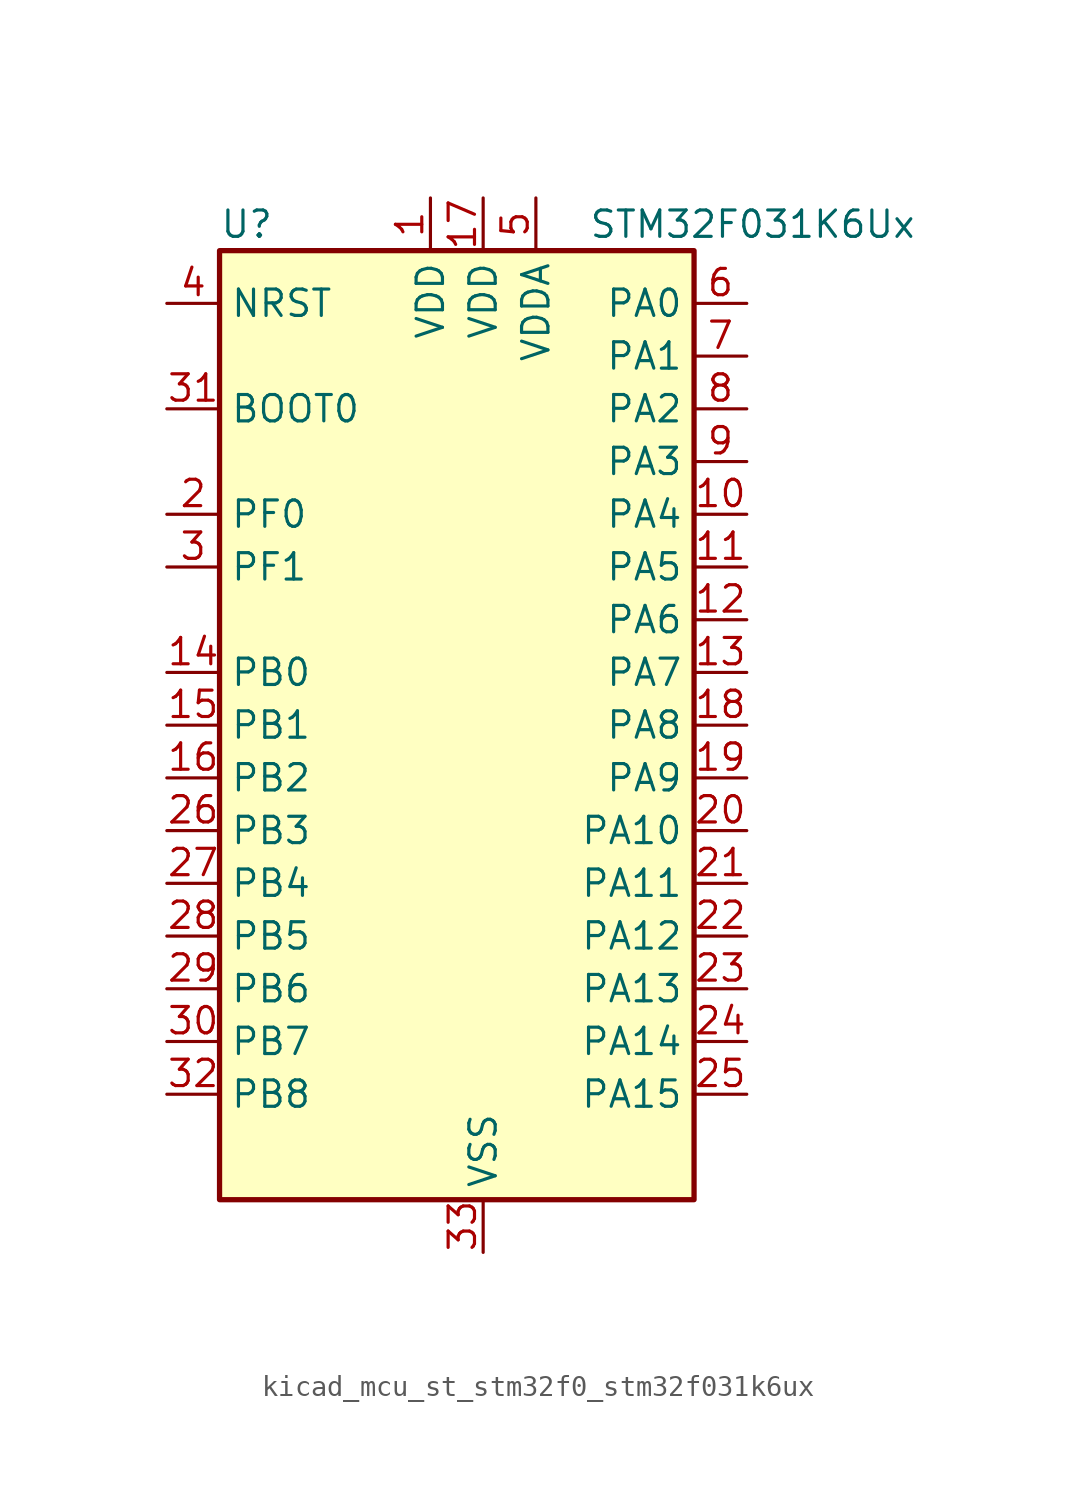
<source format=kicad_sym>
(kicad_symbol_lib
  (version 20220914)
  (generator kicad_symbol_editor)
  (symbol "kicad_mcu_st_stm32f0_stm32f031k6ux"
    (property "Reference" "U"
      (at -10.16 24.13 0)
      (effects (font (size 1.27 1.27)) (justify left)))
    (property "Value" "STM32F031K6Ux"
      (at 7.62 24.13 0)
      (effects (font (size 1.27 1.27)) (justify left)))
    (property "ki_locked" ""
      (at 0 0 0)
      (effects (font (size 1.27 1.27))))
    (symbol "kicad_mcu_st_stm32f0_stm32f031k6ux_0_1"
      (rectangle (start -10.16 -22.86) (end 12.7 22.86) (stroke (width 0.254) (type default)) (fill (type background))))
    (symbol "kicad_mcu_st_stm32f0_stm32f031k6ux_1_1"
      (pin power_in line (at 0 25.4 270) (length 2.54) (name "VDD" (effects (font (size 1.27 1.27)))) (number "1" (effects (font (size 1.27 1.27)))))
      (pin bidirectional line (at 15.24 10.16 180) (length 2.54) (name "PA4" (effects (font (size 1.27 1.27)))) (number "10" (effects (font (size 1.27 1.27)))) (alternate "ADC_IN4" bidirectional line) (alternate "I2S1_WS" bidirectional line) (alternate "SPI1_NSS" bidirectional line) (alternate "TIM14_CH1" bidirectional line) (alternate "USART1_CK" bidirectional line))
      (pin bidirectional line (at 15.24 7.62 180) (length 2.54) (name "PA5" (effects (font (size 1.27 1.27)))) (number "11" (effects (font (size 1.27 1.27)))) (alternate "ADC_IN5" bidirectional line) (alternate "I2S1_CK" bidirectional line) (alternate "SPI1_SCK" bidirectional line) (alternate "TIM2_CH1" bidirectional line) (alternate "TIM2_ETR" bidirectional line))
      (pin bidirectional line (at 15.24 5.08 180) (length 2.54) (name "PA6" (effects (font (size 1.27 1.27)))) (number "12" (effects (font (size 1.27 1.27)))) (alternate "ADC_IN6" bidirectional line) (alternate "I2S1_MCK" bidirectional line) (alternate "SPI1_MISO" bidirectional line) (alternate "TIM16_CH1" bidirectional line) (alternate "TIM1_BKIN" bidirectional line) (alternate "TIM3_CH1" bidirectional line))
      (pin bidirectional line (at 15.24 2.54 180) (length 2.54) (name "PA7" (effects (font (size 1.27 1.27)))) (number "13" (effects (font (size 1.27 1.27)))) (alternate "ADC_IN7" bidirectional line) (alternate "I2S1_SD" bidirectional line) (alternate "SPI1_MOSI" bidirectional line) (alternate "TIM14_CH1" bidirectional line) (alternate "TIM17_CH1" bidirectional line) (alternate "TIM1_CH1N" bidirectional line) (alternate "TIM3_CH2" bidirectional line))
      (pin bidirectional line (at -12.7 2.54 0) (length 2.54) (name "PB0" (effects (font (size 1.27 1.27)))) (number "14" (effects (font (size 1.27 1.27)))) (alternate "ADC_IN8" bidirectional line) (alternate "TIM1_CH2N" bidirectional line) (alternate "TIM3_CH3" bidirectional line))
      (pin bidirectional line (at -12.7 0 0) (length 2.54) (name "PB1" (effects (font (size 1.27 1.27)))) (number "15" (effects (font (size 1.27 1.27)))) (alternate "ADC_IN9" bidirectional line) (alternate "TIM14_CH1" bidirectional line) (alternate "TIM1_CH3N" bidirectional line) (alternate "TIM3_CH4" bidirectional line))
      (pin bidirectional line (at -12.7 -2.54 0) (length 2.54) (name "PB2" (effects (font (size 1.27 1.27)))) (number "16" (effects (font (size 1.27 1.27)))))
      (pin power_in line (at 2.54 25.4 270) (length 2.54) (name "VDD" (effects (font (size 1.27 1.27)))) (number "17" (effects (font (size 1.27 1.27)))))
      (pin bidirectional line (at 15.24 0 180) (length 2.54) (name "PA8" (effects (font (size 1.27 1.27)))) (number "18" (effects (font (size 1.27 1.27)))) (alternate "RCC_MCO" bidirectional line) (alternate "TIM1_CH1" bidirectional line) (alternate "USART1_CK" bidirectional line))
      (pin bidirectional line (at 15.24 -2.54 180) (length 2.54) (name "PA9" (effects (font (size 1.27 1.27)))) (number "19" (effects (font (size 1.27 1.27)))) (alternate "I2C1_SCL" bidirectional line) (alternate "TIM1_CH2" bidirectional line) (alternate "USART1_TX" bidirectional line))
      (pin bidirectional line (at -12.7 10.16 0) (length 2.54) (name "PF0" (effects (font (size 1.27 1.27)))) (number "2" (effects (font (size 1.27 1.27)))) (alternate "RCC_OSC_IN" bidirectional line))
      (pin bidirectional line (at 15.24 -5.08 180) (length 2.54) (name "PA10" (effects (font (size 1.27 1.27)))) (number "20" (effects (font (size 1.27 1.27)))) (alternate "I2C1_SDA" bidirectional line) (alternate "TIM17_BKIN" bidirectional line) (alternate "TIM1_CH3" bidirectional line) (alternate "USART1_RX" bidirectional line))
      (pin bidirectional line (at 15.24 -7.62 180) (length 2.54) (name "PA11" (effects (font (size 1.27 1.27)))) (number "21" (effects (font (size 1.27 1.27)))) (alternate "TIM1_CH4" bidirectional line) (alternate "USART1_CTS" bidirectional line))
      (pin bidirectional line (at 15.24 -10.16 180) (length 2.54) (name "PA12" (effects (font (size 1.27 1.27)))) (number "22" (effects (font (size 1.27 1.27)))) (alternate "TIM1_ETR" bidirectional line) (alternate "USART1_DE" bidirectional line) (alternate "USART1_RTS" bidirectional line))
      (pin bidirectional line (at 15.24 -12.7 180) (length 2.54) (name "PA13" (effects (font (size 1.27 1.27)))) (number "23" (effects (font (size 1.27 1.27)))) (alternate "IR_OUT" bidirectional line) (alternate "SYS_SWDIO" bidirectional line))
      (pin bidirectional line (at 15.24 -15.24 180) (length 2.54) (name "PA14" (effects (font (size 1.27 1.27)))) (number "24" (effects (font (size 1.27 1.27)))) (alternate "SYS_SWCLK" bidirectional line) (alternate "USART1_TX" bidirectional line))
      (pin bidirectional line (at 15.24 -17.78 180) (length 2.54) (name "PA15" (effects (font (size 1.27 1.27)))) (number "25" (effects (font (size 1.27 1.27)))) (alternate "I2S1_WS" bidirectional line) (alternate "SPI1_NSS" bidirectional line) (alternate "TIM2_CH1" bidirectional line) (alternate "TIM2_ETR" bidirectional line) (alternate "USART1_RX" bidirectional line))
      (pin bidirectional line (at -12.7 -5.08 0) (length 2.54) (name "PB3" (effects (font (size 1.27 1.27)))) (number "26" (effects (font (size 1.27 1.27)))) (alternate "I2S1_CK" bidirectional line) (alternate "SPI1_SCK" bidirectional line) (alternate "TIM2_CH2" bidirectional line))
      (pin bidirectional line (at -12.7 -7.62 0) (length 2.54) (name "PB4" (effects (font (size 1.27 1.27)))) (number "27" (effects (font (size 1.27 1.27)))) (alternate "I2S1_MCK" bidirectional line) (alternate "SPI1_MISO" bidirectional line) (alternate "TIM3_CH1" bidirectional line))
      (pin bidirectional line (at -12.7 -10.16 0) (length 2.54) (name "PB5" (effects (font (size 1.27 1.27)))) (number "28" (effects (font (size 1.27 1.27)))) (alternate "I2C1_SMBA" bidirectional line) (alternate "I2S1_SD" bidirectional line) (alternate "SPI1_MOSI" bidirectional line) (alternate "TIM16_BKIN" bidirectional line) (alternate "TIM3_CH2" bidirectional line))
      (pin bidirectional line (at -12.7 -12.7 0) (length 2.54) (name "PB6" (effects (font (size 1.27 1.27)))) (number "29" (effects (font (size 1.27 1.27)))) (alternate "I2C1_SCL" bidirectional line) (alternate "TIM16_CH1N" bidirectional line) (alternate "USART1_TX" bidirectional line))
      (pin bidirectional line (at -12.7 7.62 0) (length 2.54) (name "PF1" (effects (font (size 1.27 1.27)))) (number "3" (effects (font (size 1.27 1.27)))) (alternate "RCC_OSC_OUT" bidirectional line))
      (pin bidirectional line (at -12.7 -15.24 0) (length 2.54) (name "PB7" (effects (font (size 1.27 1.27)))) (number "30" (effects (font (size 1.27 1.27)))) (alternate "I2C1_SDA" bidirectional line) (alternate "TIM17_CH1N" bidirectional line) (alternate "USART1_RX" bidirectional line))
      (pin input line (at -12.7 15.24 0) (length 2.54) (name "BOOT0" (effects (font (size 1.27 1.27)))) (number "31" (effects (font (size 1.27 1.27)))))
      (pin bidirectional line (at -12.7 -17.78 0) (length 2.54) (name "PB8" (effects (font (size 1.27 1.27)))) (number "32" (effects (font (size 1.27 1.27)))) (alternate "I2C1_SCL" bidirectional line) (alternate "TIM16_CH1" bidirectional line))
      (pin power_in line (at 2.54 -25.4 90) (length 2.54) (name "VSS" (effects (font (size 1.27 1.27)))) (number "33" (effects (font (size 1.27 1.27)))))
      (pin input line (at -12.7 20.32 0) (length 2.54) (name "NRST" (effects (font (size 1.27 1.27)))) (number "4" (effects (font (size 1.27 1.27)))))
      (pin power_in line (at 5.08 25.4 270) (length 2.54) (name "VDDA" (effects (font (size 1.27 1.27)))) (number "5" (effects (font (size 1.27 1.27)))))
      (pin bidirectional line (at 15.24 20.32 180) (length 2.54) (name "PA0" (effects (font (size 1.27 1.27)))) (number "6" (effects (font (size 1.27 1.27)))) (alternate "ADC_IN0" bidirectional line) (alternate "RTC_TAMP2" bidirectional line) (alternate "SYS_WKUP1" bidirectional line) (alternate "TIM2_CH1" bidirectional line) (alternate "TIM2_ETR" bidirectional line) (alternate "USART1_CTS" bidirectional line))
      (pin bidirectional line (at 15.24 17.78 180) (length 2.54) (name "PA1" (effects (font (size 1.27 1.27)))) (number "7" (effects (font (size 1.27 1.27)))) (alternate "ADC_IN1" bidirectional line) (alternate "TIM2_CH2" bidirectional line) (alternate "USART1_DE" bidirectional line) (alternate "USART1_RTS" bidirectional line))
      (pin bidirectional line (at 15.24 15.24 180) (length 2.54) (name "PA2" (effects (font (size 1.27 1.27)))) (number "8" (effects (font (size 1.27 1.27)))) (alternate "ADC_IN2" bidirectional line) (alternate "TIM2_CH3" bidirectional line) (alternate "USART1_TX" bidirectional line))
      (pin bidirectional line (at 15.24 12.7 180) (length 2.54) (name "PA3" (effects (font (size 1.27 1.27)))) (number "9" (effects (font (size 1.27 1.27)))) (alternate "ADC_IN3" bidirectional line) (alternate "TIM2_CH4" bidirectional line) (alternate "USART1_RX" bidirectional line)))))
</source>
